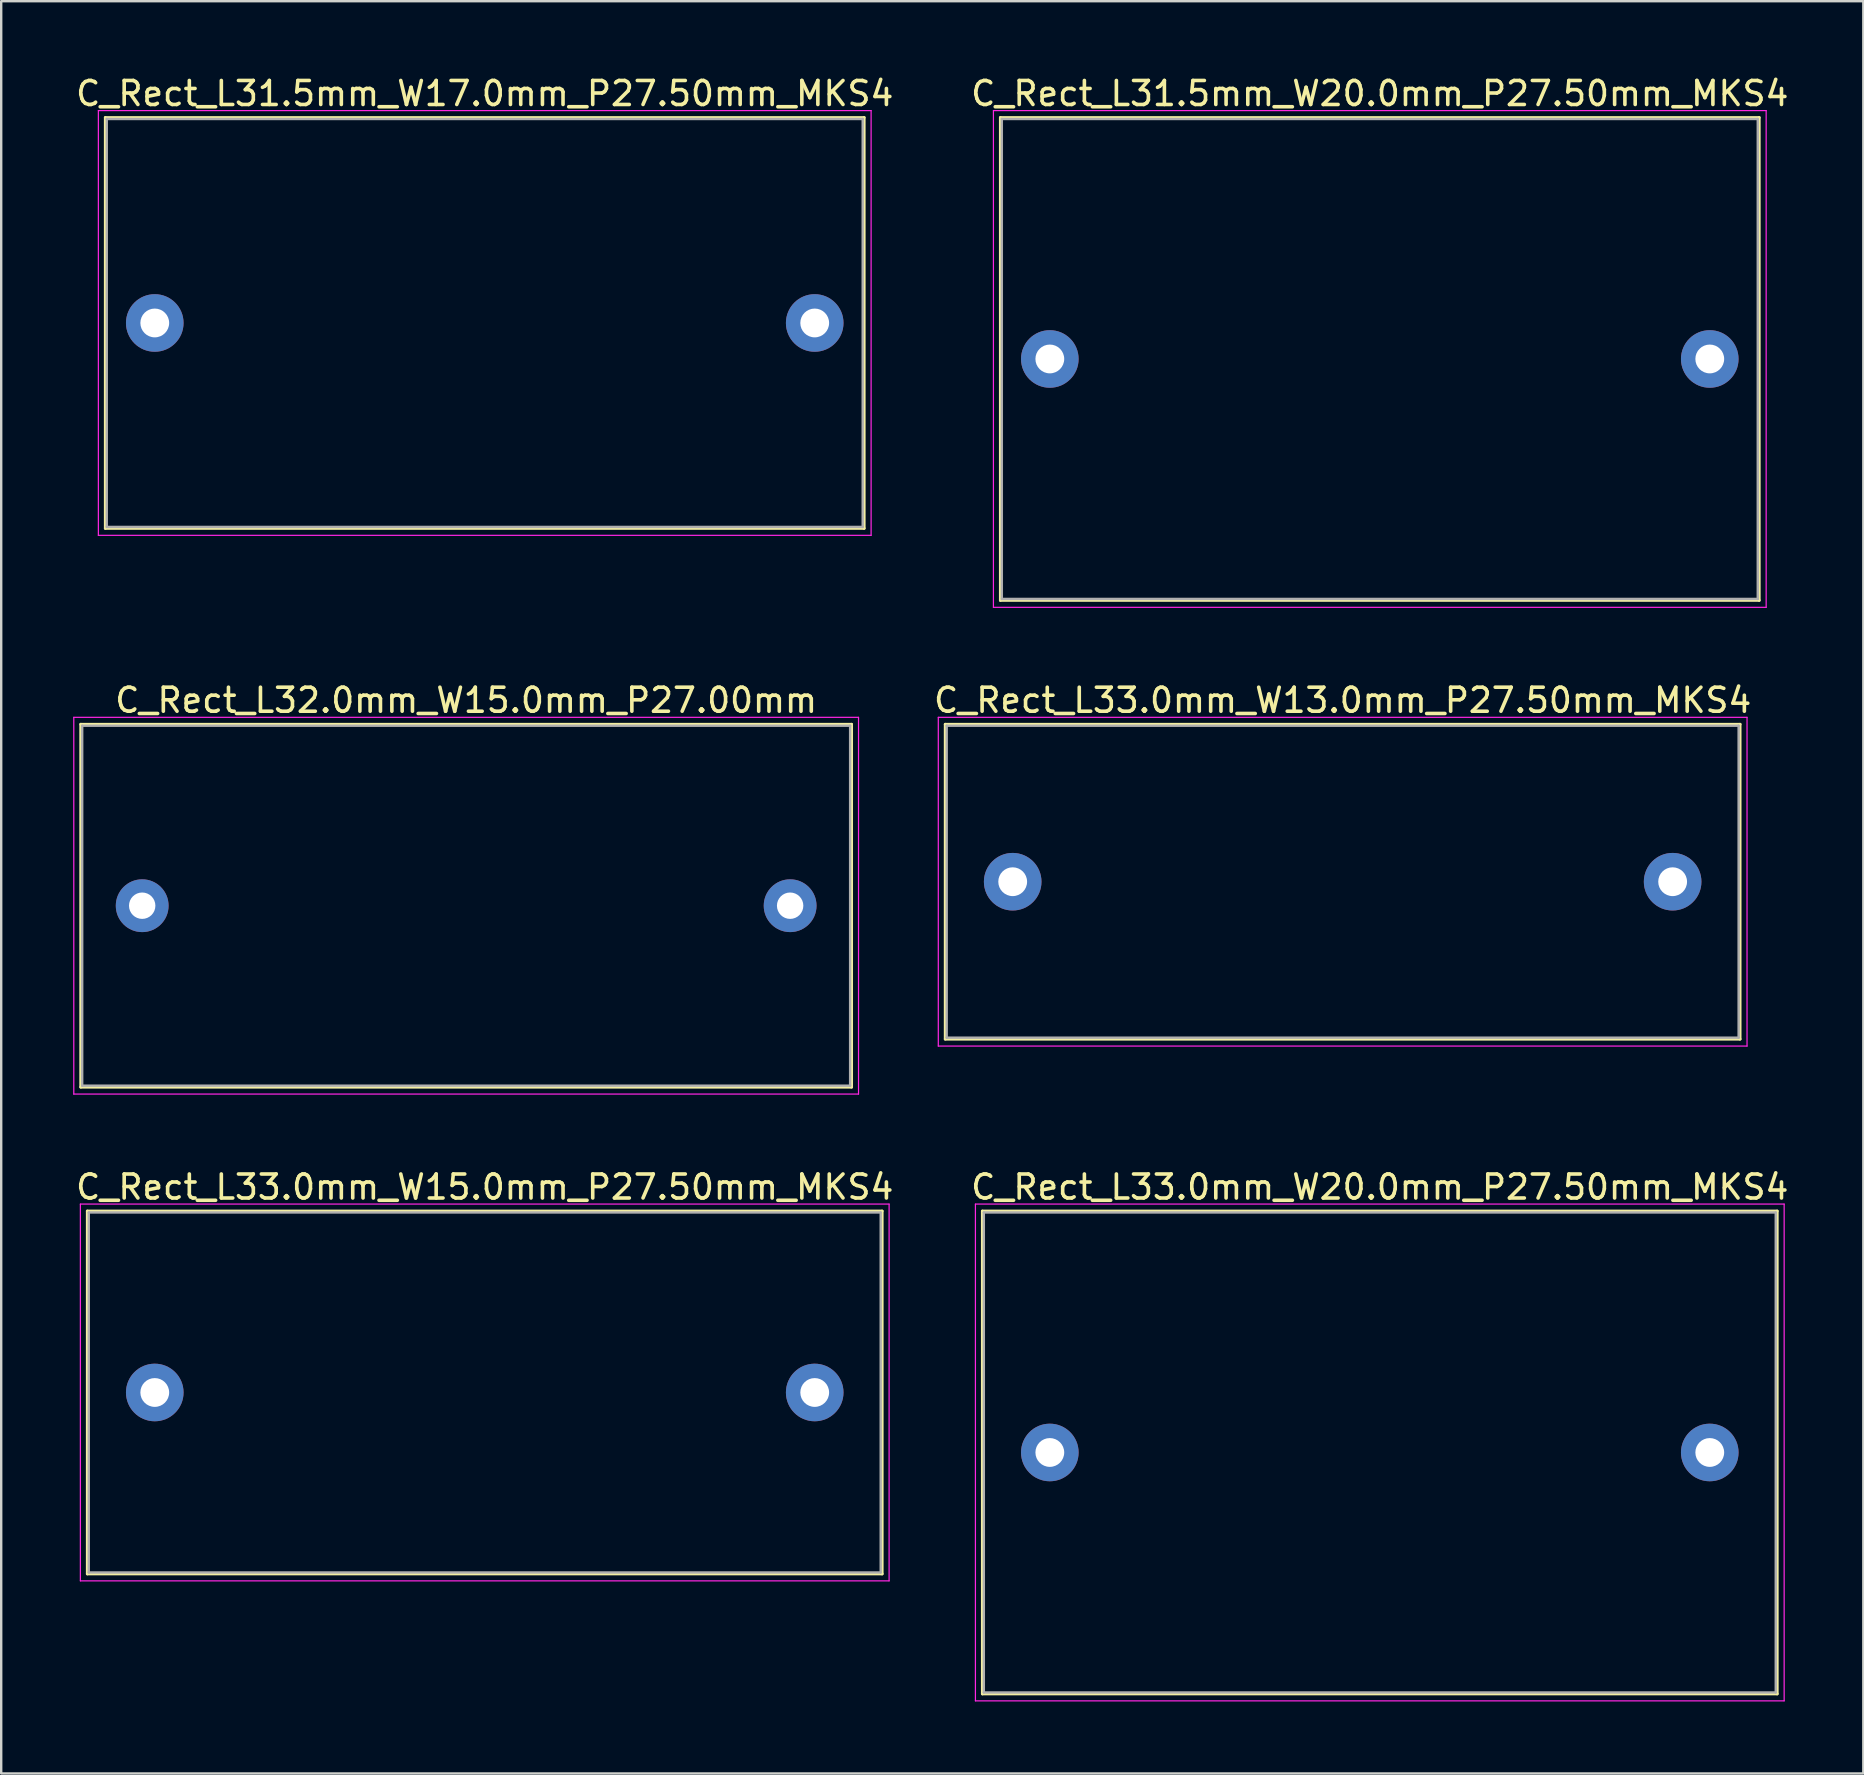
<source format=kicad_pcb>
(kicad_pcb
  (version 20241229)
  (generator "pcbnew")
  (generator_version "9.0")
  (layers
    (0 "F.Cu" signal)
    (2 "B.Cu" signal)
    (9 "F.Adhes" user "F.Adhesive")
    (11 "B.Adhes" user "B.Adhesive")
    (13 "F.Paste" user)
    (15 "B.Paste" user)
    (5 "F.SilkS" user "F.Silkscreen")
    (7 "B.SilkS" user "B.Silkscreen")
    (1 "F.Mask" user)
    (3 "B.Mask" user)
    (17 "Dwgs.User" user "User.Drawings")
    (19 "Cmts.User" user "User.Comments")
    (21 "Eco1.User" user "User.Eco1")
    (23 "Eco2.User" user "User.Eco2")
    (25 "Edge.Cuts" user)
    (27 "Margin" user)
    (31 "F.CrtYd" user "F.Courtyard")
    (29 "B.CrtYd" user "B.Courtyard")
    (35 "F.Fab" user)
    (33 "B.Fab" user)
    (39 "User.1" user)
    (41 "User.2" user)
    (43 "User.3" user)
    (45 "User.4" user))
  (footprint "C_Rect_L33.0mm_W15.0mm_P27.50mm_MKS4"
    (layer "F.Cu")
    (at 3.399 54.975)
    (property "Reference" "C_Rect_L33.0mm_W15.0mm_P27.50mm_MKS4" (at 13.75 -8.56 0) (layer "F.SilkS") (effects (font (size 1 1) (thickness 0.15))))
    (attr through_hole)
    (fp_line (start -2.81 -7.56) (end -2.81 7.56) (stroke (width 0.12) (type solid)) (layer "F.SilkS"))
    (fp_line (start -2.81 -7.56) (end 30.31 -7.56) (stroke (width 0.12) (type solid)) (layer "F.SilkS"))
    (fp_line (start -2.81 7.56) (end 30.31 7.56) (stroke (width 0.12) (type solid)) (layer "F.SilkS"))
    (fp_line (start 30.31 -7.56) (end 30.31 7.56) (stroke (width 0.12) (type solid)) (layer "F.SilkS"))
    (fp_line (start -3.1 -7.85) (end -3.1 7.85) (stroke (width 0.05) (type solid)) (layer "F.CrtYd"))
    (fp_line (start -3.1 7.85) (end 30.6 7.85) (stroke (width 0.05) (type solid)) (layer "F.CrtYd"))
    (fp_line (start 30.6 -7.85) (end -3.1 -7.85) (stroke (width 0.05) (type solid)) (layer "F.CrtYd"))
    (fp_line (start 30.6 7.85) (end 30.6 -7.85) (stroke (width 0.05) (type solid)) (layer "F.CrtYd"))
    (fp_line (start -2.75 -7.5) (end -2.75 7.5) (stroke (width 0.1) (type solid)) (layer "F.Fab"))
    (fp_line (start -2.75 7.5) (end 30.25 7.5) (stroke (width 0.1) (type solid)) (layer "F.Fab"))
    (fp_line (start 30.25 -7.5) (end -2.75 -7.5) (stroke (width 0.1) (type solid)) (layer "F.Fab"))
    (fp_line (start 30.25 7.5) (end 30.25 -7.5) (stroke (width 0.1) (type solid)) (layer "F.Fab"))
    (pad "1" thru_hole circle (at 0 0) (size 2.4 2.4) (drill 1.2) (layers "*.Cu" "*.Mask"))
    (pad "2" thru_hole circle (at 27.5 0) (size 2.4 2.4) (drill 1.2) (layers "*.Cu" "*.Mask")))
  (footprint "C_Rect_L32.0mm_W15.0mm_P27.00mm"
    (layer "F.Cu")
    (at 2.875 34.691)
    (property "Reference" "C_Rect_L32.0mm_W15.0mm_P27.00mm" (at 13.5 -8.56 0) (layer "F.SilkS") (effects (font (size 1 1) (thickness 0.15))))
    (attr through_hole)
    (fp_line (start -2.56 -7.56) (end -2.56 7.56) (stroke (width 0.12) (type solid)) (layer "F.SilkS"))
    (fp_line (start -2.56 -7.56) (end 29.56 -7.56) (stroke (width 0.12) (type solid)) (layer "F.SilkS"))
    (fp_line (start -2.56 7.56) (end 29.56 7.56) (stroke (width 0.12) (type solid)) (layer "F.SilkS"))
    (fp_line (start 29.56 -7.56) (end 29.56 7.56) (stroke (width 0.12) (type solid)) (layer "F.SilkS"))
    (fp_line (start -2.85 -7.85) (end -2.85 7.85) (stroke (width 0.05) (type solid)) (layer "F.CrtYd"))
    (fp_line (start -2.85 7.85) (end 29.85 7.85) (stroke (width 0.05) (type solid)) (layer "F.CrtYd"))
    (fp_line (start 29.85 -7.85) (end -2.85 -7.85) (stroke (width 0.05) (type solid)) (layer "F.CrtYd"))
    (fp_line (start 29.85 7.85) (end 29.85 -7.85) (stroke (width 0.05) (type solid)) (layer "F.CrtYd"))
    (fp_line (start -2.5 -7.5) (end -2.5 7.5) (stroke (width 0.1) (type solid)) (layer "F.Fab"))
    (fp_line (start -2.5 7.5) (end 29.5 7.5) (stroke (width 0.1) (type solid)) (layer "F.Fab"))
    (fp_line (start 29.5 -7.5) (end -2.5 -7.5) (stroke (width 0.1) (type solid)) (layer "F.Fab"))
    (fp_line (start 29.5 7.5) (end 29.5 -7.5) (stroke (width 0.1) (type solid)) (layer "F.Fab"))
    (pad "1" thru_hole circle (at 0 0) (size 2.2 2.2) (drill 1.1) (layers "*.Cu" "*.Mask"))
    (pad "2" thru_hole circle (at 27 0) (size 2.2 2.2) (drill 1.1) (layers "*.Cu" "*.Mask")))
  (footprint "C_Rect_L31.5mm_W20.0mm_P27.50mm_MKS4"
    (layer "F.Cu")
    (at 40.696 11.908)
    (property "Reference" "C_Rect_L31.5mm_W20.0mm_P27.50mm_MKS4" (at 13.75 -11.06 0) (layer "F.SilkS") (effects (font (size 1 1) (thickness 0.15))))
    (attr through_hole)
    (fp_line (start -2.06 -10.06) (end -2.06 10.06) (stroke (width 0.12) (type solid)) (layer "F.SilkS"))
    (fp_line (start -2.06 -10.06) (end 29.56 -10.06) (stroke (width 0.12) (type solid)) (layer "F.SilkS"))
    (fp_line (start -2.06 10.06) (end 29.56 10.06) (stroke (width 0.12) (type solid)) (layer "F.SilkS"))
    (fp_line (start 29.56 -10.06) (end 29.56 10.06) (stroke (width 0.12) (type solid)) (layer "F.SilkS"))
    (fp_line (start -2.35 -10.35) (end -2.35 10.35) (stroke (width 0.05) (type solid)) (layer "F.CrtYd"))
    (fp_line (start -2.35 10.35) (end 29.85 10.35) (stroke (width 0.05) (type solid)) (layer "F.CrtYd"))
    (fp_line (start 29.85 -10.35) (end -2.35 -10.35) (stroke (width 0.05) (type solid)) (layer "F.CrtYd"))
    (fp_line (start 29.85 10.35) (end 29.85 -10.35) (stroke (width 0.05) (type solid)) (layer "F.CrtYd"))
    (fp_line (start -2 -10) (end -2 10) (stroke (width 0.1) (type solid)) (layer "F.Fab"))
    (fp_line (start -2 10) (end 29.5 10) (stroke (width 0.1) (type solid)) (layer "F.Fab"))
    (fp_line (start 29.5 -10) (end -2 -10) (stroke (width 0.1) (type solid)) (layer "F.Fab"))
    (fp_line (start 29.5 10) (end 29.5 -10) (stroke (width 0.1) (type solid)) (layer "F.Fab"))
    (pad "1" thru_hole circle (at 0 0) (size 2.4 2.4) (drill 1.2) (layers "*.Cu" "*.Mask"))
    (pad "2" thru_hole circle (at 27.5 0) (size 2.4 2.4) (drill 1.2) (layers "*.Cu" "*.Mask")))
  (footprint "C_Rect_L33.0mm_W20.0mm_P27.50mm_MKS4"
    (layer "F.Cu")
    (at 40.696 57.475)
    (property "Reference" "C_Rect_L33.0mm_W20.0mm_P27.50mm_MKS4" (at 13.75 -11.06 0) (layer "F.SilkS") (effects (font (size 1 1) (thickness 0.15))))
    (attr through_hole)
    (fp_line (start -2.81 -10.06) (end -2.81 10.06) (stroke (width 0.12) (type solid)) (layer "F.SilkS"))
    (fp_line (start -2.81 -10.06) (end 30.31 -10.06) (stroke (width 0.12) (type solid)) (layer "F.SilkS"))
    (fp_line (start -2.81 10.06) (end 30.31 10.06) (stroke (width 0.12) (type solid)) (layer "F.SilkS"))
    (fp_line (start 30.31 -10.06) (end 30.31 10.06) (stroke (width 0.12) (type solid)) (layer "F.SilkS"))
    (fp_line (start -3.1 -10.35) (end -3.1 10.35) (stroke (width 0.05) (type solid)) (layer "F.CrtYd"))
    (fp_line (start -3.1 10.35) (end 30.6 10.35) (stroke (width 0.05) (type solid)) (layer "F.CrtYd"))
    (fp_line (start 30.6 -10.35) (end -3.1 -10.35) (stroke (width 0.05) (type solid)) (layer "F.CrtYd"))
    (fp_line (start 30.6 10.35) (end 30.6 -10.35) (stroke (width 0.05) (type solid)) (layer "F.CrtYd"))
    (fp_line (start -2.75 -10) (end -2.75 10) (stroke (width 0.1) (type solid)) (layer "F.Fab"))
    (fp_line (start -2.75 10) (end 30.25 10) (stroke (width 0.1) (type solid)) (layer "F.Fab"))
    (fp_line (start 30.25 -10) (end -2.75 -10) (stroke (width 0.1) (type solid)) (layer "F.Fab"))
    (fp_line (start 30.25 10) (end 30.25 -10) (stroke (width 0.1) (type solid)) (layer "F.Fab"))
    (pad "1" thru_hole circle (at 0 0) (size 2.4 2.4) (drill 1.2) (layers "*.Cu" "*.Mask"))
    (pad "2" thru_hole circle (at 27.5 0) (size 2.4 2.4) (drill 1.2) (layers "*.Cu" "*.Mask")))
  (footprint "C_Rect_L33.0mm_W13.0mm_P27.50mm_MKS4"
    (layer "F.Cu")
    (at 39.149 33.691)
    (property "Reference" "C_Rect_L33.0mm_W13.0mm_P27.50mm_MKS4" (at 13.75 -7.56 0) (layer "F.SilkS") (effects (font (size 1 1) (thickness 0.15))))
    (attr through_hole)
    (fp_line (start -2.81 -6.56) (end -2.81 6.56) (stroke (width 0.12) (type solid)) (layer "F.SilkS"))
    (fp_line (start -2.81 -6.56) (end 30.31 -6.56) (stroke (width 0.12) (type solid)) (layer "F.SilkS"))
    (fp_line (start -2.81 6.56) (end 30.31 6.56) (stroke (width 0.12) (type solid)) (layer "F.SilkS"))
    (fp_line (start 30.31 -6.56) (end 30.31 6.56) (stroke (width 0.12) (type solid)) (layer "F.SilkS"))
    (fp_line (start -3.1 -6.85) (end -3.1 6.85) (stroke (width 0.05) (type solid)) (layer "F.CrtYd"))
    (fp_line (start -3.1 6.85) (end 30.6 6.85) (stroke (width 0.05) (type solid)) (layer "F.CrtYd"))
    (fp_line (start 30.6 -6.85) (end -3.1 -6.85) (stroke (width 0.05) (type solid)) (layer "F.CrtYd"))
    (fp_line (start 30.6 6.85) (end 30.6 -6.85) (stroke (width 0.05) (type solid)) (layer "F.CrtYd"))
    (fp_line (start -2.75 -6.5) (end -2.75 6.5) (stroke (width 0.1) (type solid)) (layer "F.Fab"))
    (fp_line (start -2.75 6.5) (end 30.25 6.5) (stroke (width 0.1) (type solid)) (layer "F.Fab"))
    (fp_line (start 30.25 -6.5) (end -2.75 -6.5) (stroke (width 0.1) (type solid)) (layer "F.Fab"))
    (fp_line (start 30.25 6.5) (end 30.25 -6.5) (stroke (width 0.1) (type solid)) (layer "F.Fab"))
    (pad "1" thru_hole circle (at 0 0) (size 2.4 2.4) (drill 1.2) (layers "*.Cu" "*.Mask"))
    (pad "2" thru_hole circle (at 27.5 0) (size 2.4 2.4) (drill 1.2) (layers "*.Cu" "*.Mask")))
  (footprint "C_Rect_L31.5mm_W17.0mm_P27.50mm_MKS4"
    (layer "F.Cu")
    (at 3.399 10.408)
    (property "Reference" "C_Rect_L31.5mm_W17.0mm_P27.50mm_MKS4" (at 13.75 -9.56 0) (layer "F.SilkS") (effects (font (size 1 1) (thickness 0.15))))
    (attr through_hole)
    (fp_line (start -2.06 -8.56) (end -2.06 8.56) (stroke (width 0.12) (type solid)) (layer "F.SilkS"))
    (fp_line (start -2.06 -8.56) (end 29.56 -8.56) (stroke (width 0.12) (type solid)) (layer "F.SilkS"))
    (fp_line (start -2.06 8.56) (end 29.56 8.56) (stroke (width 0.12) (type solid)) (layer "F.SilkS"))
    (fp_line (start 29.56 -8.56) (end 29.56 8.56) (stroke (width 0.12) (type solid)) (layer "F.SilkS"))
    (fp_line (start -2.35 -8.85) (end -2.35 8.85) (stroke (width 0.05) (type solid)) (layer "F.CrtYd"))
    (fp_line (start -2.35 8.85) (end 29.85 8.85) (stroke (width 0.05) (type solid)) (layer "F.CrtYd"))
    (fp_line (start 29.85 -8.85) (end -2.35 -8.85) (stroke (width 0.05) (type solid)) (layer "F.CrtYd"))
    (fp_line (start 29.85 8.85) (end 29.85 -8.85) (stroke (width 0.05) (type solid)) (layer "F.CrtYd"))
    (fp_line (start -2 -8.5) (end -2 8.5) (stroke (width 0.1) (type solid)) (layer "F.Fab"))
    (fp_line (start -2 8.5) (end 29.5 8.5) (stroke (width 0.1) (type solid)) (layer "F.Fab"))
    (fp_line (start 29.5 -8.5) (end -2 -8.5) (stroke (width 0.1) (type solid)) (layer "F.Fab"))
    (fp_line (start 29.5 8.5) (end 29.5 -8.5) (stroke (width 0.1) (type solid)) (layer "F.Fab"))
    (pad "1" thru_hole circle (at 0 0) (size 2.4 2.4) (drill 1.2) (layers "*.Cu" "*.Mask"))
    (pad "2" thru_hole circle (at 27.5 0) (size 2.4 2.4) (drill 1.2) (layers "*.Cu" "*.Mask")))
  (gr_rect
    (start -3 -3)
    (end 74.595 70.85)
    (stroke (width 0.1) (type default))
    (fill no)
    (layer "Edge.Cuts")))
</source>
